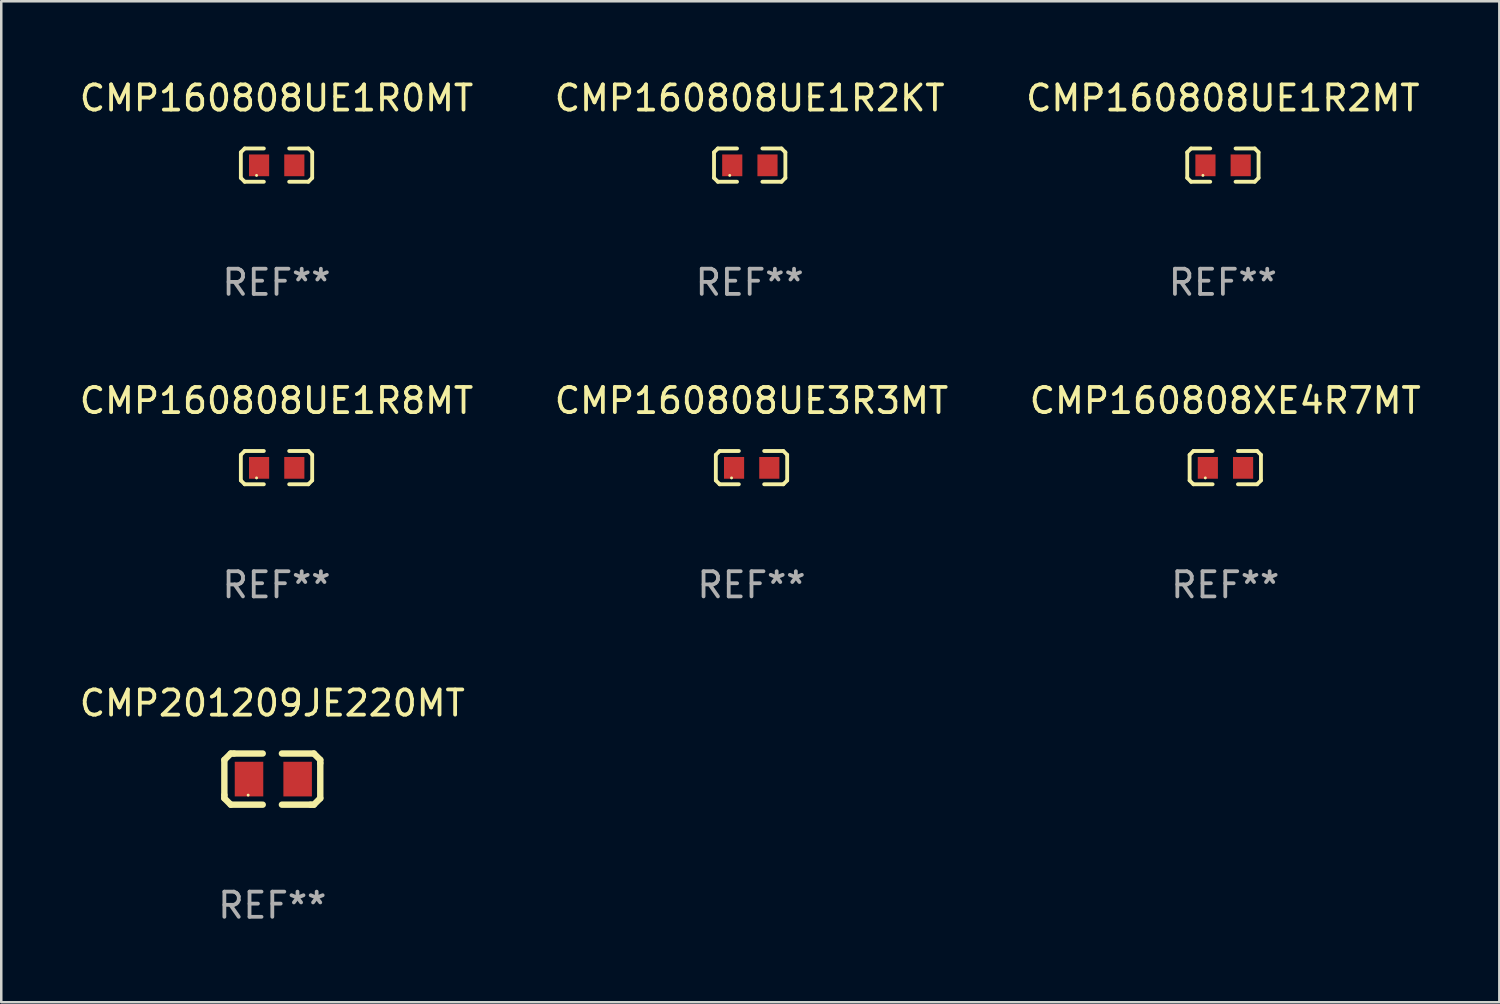
<source format=kicad_pcb>
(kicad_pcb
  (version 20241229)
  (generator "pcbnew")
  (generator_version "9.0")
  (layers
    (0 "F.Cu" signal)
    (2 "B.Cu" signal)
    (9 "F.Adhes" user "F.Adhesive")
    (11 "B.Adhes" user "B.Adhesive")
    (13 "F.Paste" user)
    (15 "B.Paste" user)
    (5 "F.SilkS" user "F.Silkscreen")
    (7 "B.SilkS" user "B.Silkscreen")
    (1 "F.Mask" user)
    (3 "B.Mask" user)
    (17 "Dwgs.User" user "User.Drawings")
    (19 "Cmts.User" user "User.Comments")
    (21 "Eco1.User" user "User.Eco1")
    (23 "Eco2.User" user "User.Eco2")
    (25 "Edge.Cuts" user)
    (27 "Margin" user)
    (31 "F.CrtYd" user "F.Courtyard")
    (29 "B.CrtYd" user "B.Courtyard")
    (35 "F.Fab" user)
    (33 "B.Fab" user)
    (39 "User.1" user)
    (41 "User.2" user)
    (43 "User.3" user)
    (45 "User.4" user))
  (footprint "CMP160808UE1R2KT"
    (layer "F.Cu")
    (at 26.732 3.509)
    (property "Reference" "CMP160808UE1R2KT" (at 0 -2.661 0) (layer "F.SilkS") (effects (font (size 1 1) (thickness 0.15))))
    (attr through_hole)
    (fp_line (start -1.417 -0.508) (end -1.265 -0.661) (stroke (width 0.152) (type solid)) (layer "F.SilkS"))
    (fp_line (start -1.417 0.508) (end -1.417 -0.508) (stroke (width 0.152) (type solid)) (layer "F.SilkS"))
    (fp_line (start -1.265 -0.661) (end -0.503 -0.661) (stroke (width 0.152) (type solid)) (layer "F.SilkS"))
    (fp_line (start -1.265 0.661) (end -1.417 0.508) (stroke (width 0.152) (type solid)) (layer "F.SilkS"))
    (fp_line (start -1.265 0.661) (end -0.503 0.661) (stroke (width 0.152) (type solid)) (layer "F.SilkS"))
    (fp_line (start 1.265 -0.661) (end 0.503 -0.661) (stroke (width 0.152) (type solid)) (layer "F.SilkS"))
    (fp_line (start 1.265 -0.661) (end 1.417 -0.508) (stroke (width 0.152) (type solid)) (layer "F.SilkS"))
    (fp_line (start 1.265 0.661) (end 0.503 0.661) (stroke (width 0.152) (type solid)) (layer "F.SilkS"))
    (fp_line (start 1.417 -0.508) (end 1.417 0.508) (stroke (width 0.152) (type solid)) (layer "F.SilkS"))
    (fp_line (start 1.417 0.508) (end 1.265 0.661) (stroke (width 0.152) (type solid)) (layer "F.SilkS"))
    (fp_circle (center -0.793 0.409) (end -0.763 0.409) (stroke (width 0.06) (type solid)) (fill no) (layer "F.SilkS"))
    (fp_text user "REF**" (at 0 4.661 0) (layer "F.Fab") (effects (font (size 1 1) (thickness 0.15))))
    (pad "1" smd rect (at -0.693 0.009 180) (size 0.8 0.864) (layers "F.Cu" "F.Mask" "F.Paste"))
    (pad "2" smd rect (at 0.707 0.009 180) (size 0.8 0.864) (layers "F.Cu" "F.Mask" "F.Paste")))
  (footprint "CMP201209JE220MT"
    (layer "F.Cu")
    (at 7.768 27.9)
    (property "Reference" "CMP201209JE220MT" (at 0 -3.016 0) (layer "F.SilkS") (effects (font (size 1 1) (thickness 0.15))))
    (attr through_hole)
    (fp_line (start -1.905 -0.762) (end -1.905 0.635) (stroke (width 0.254) (type solid)) (layer "F.SilkS"))
    (fp_line (start -1.905 0.635) (end -1.905 0.762) (stroke (width 0.254) (type solid)) (layer "F.SilkS"))
    (fp_line (start -1.905 0.762) (end -1.651 1.016) (stroke (width 0.254) (type solid)) (layer "F.SilkS"))
    (fp_line (start -1.651 -1.016) (end -1.905 -0.762) (stroke (width 0.254) (type solid)) (layer "F.SilkS"))
    (fp_line (start -1.651 1.016) (end -0.381 1.016) (stroke (width 0.254) (type solid)) (layer "F.SilkS"))
    (fp_line (start -1.524 -1.016) (end -1.651 -1.016) (stroke (width 0.254) (type solid)) (layer "F.SilkS"))
    (fp_line (start -0.381 -1.016) (end -1.524 -1.016) (stroke (width 0.254) (type solid)) (layer "F.SilkS"))
    (fp_line (start 0.381 1.016) (end 1.524 1.016) (stroke (width 0.254) (type solid)) (layer "F.SilkS"))
    (fp_line (start 1.524 1.016) (end 1.651 1.016) (stroke (width 0.254) (type solid)) (layer "F.SilkS"))
    (fp_line (start 1.651 -1.016) (end 0.381 -1.016) (stroke (width 0.254) (type solid)) (layer "F.SilkS"))
    (fp_line (start 1.651 1.016) (end 1.905 0.762) (stroke (width 0.254) (type solid)) (layer "F.SilkS"))
    (fp_line (start 1.905 -0.762) (end 1.651 -1.016) (stroke (width 0.254) (type solid)) (layer "F.SilkS"))
    (fp_line (start 1.905 -0.635) (end 1.905 -0.762) (stroke (width 0.254) (type solid)) (layer "F.SilkS"))
    (fp_line (start 1.905 0.762) (end 1.905 -0.635) (stroke (width 0.254) (type solid)) (layer "F.SilkS"))
    (fp_circle (center -0.96 0.637) (end -0.93 0.637) (stroke (width 0.06) (type solid)) (fill no) (layer "F.SilkS"))
    (fp_text user "REF**" (at 0 5.016 0) (layer "F.Fab") (effects (font (size 1 1) (thickness 0.15))))
    (pad "1" smd rect (at -0.926 -0.000051) (size 1.133 1.377) (layers "F.Cu" "F.Mask" "F.Paste"))
    (pad "2" smd rect (at 1.006 -0.000051) (size 1.133 1.377) (layers "F.Cu" "F.Mask" "F.Paste")))
  (footprint "CMP160808UE1R2MT"
    (layer "F.Cu")
    (at 45.53 3.509)
    (property "Reference" "CMP160808UE1R2MT" (at 0 -2.661 0) (layer "F.SilkS") (effects (font (size 1 1) (thickness 0.15))))
    (attr through_hole)
    (fp_line (start -1.417 -0.508) (end -1.265 -0.661) (stroke (width 0.152) (type solid)) (layer "F.SilkS"))
    (fp_line (start -1.417 0.508) (end -1.417 -0.508) (stroke (width 0.152) (type solid)) (layer "F.SilkS"))
    (fp_line (start -1.265 -0.661) (end -0.503 -0.661) (stroke (width 0.152) (type solid)) (layer "F.SilkS"))
    (fp_line (start -1.265 0.661) (end -1.417 0.508) (stroke (width 0.152) (type solid)) (layer "F.SilkS"))
    (fp_line (start -1.265 0.661) (end -0.503 0.661) (stroke (width 0.152) (type solid)) (layer "F.SilkS"))
    (fp_line (start 1.265 -0.661) (end 0.503 -0.661) (stroke (width 0.152) (type solid)) (layer "F.SilkS"))
    (fp_line (start 1.265 -0.661) (end 1.417 -0.508) (stroke (width 0.152) (type solid)) (layer "F.SilkS"))
    (fp_line (start 1.265 0.661) (end 0.503 0.661) (stroke (width 0.152) (type solid)) (layer "F.SilkS"))
    (fp_line (start 1.417 -0.508) (end 1.417 0.508) (stroke (width 0.152) (type solid)) (layer "F.SilkS"))
    (fp_line (start 1.417 0.508) (end 1.265 0.661) (stroke (width 0.152) (type solid)) (layer "F.SilkS"))
    (fp_circle (center -0.793 0.409) (end -0.763 0.409) (stroke (width 0.06) (type solid)) (fill no) (layer "F.SilkS"))
    (fp_text user "REF**" (at 0 4.661 0) (layer "F.Fab") (effects (font (size 1 1) (thickness 0.15))))
    (pad "1" smd rect (at -0.693 0.009 180) (size 0.8 0.864) (layers "F.Cu" "F.Mask" "F.Paste"))
    (pad "2" smd rect (at 0.707 0.009 180) (size 0.8 0.864) (layers "F.Cu" "F.Mask" "F.Paste")))
  (footprint "CMP160808UE3R3MT"
    (layer "F.Cu")
    (at 26.804 15.527)
    (property "Reference" "CMP160808UE3R3MT" (at 0 -2.661 0) (layer "F.SilkS") (effects (font (size 1 1) (thickness 0.15))))
    (attr through_hole)
    (fp_line (start -1.417 -0.508) (end -1.265 -0.661) (stroke (width 0.152) (type solid)) (layer "F.SilkS"))
    (fp_line (start -1.417 0.508) (end -1.417 -0.508) (stroke (width 0.152) (type solid)) (layer "F.SilkS"))
    (fp_line (start -1.265 -0.661) (end -0.503 -0.661) (stroke (width 0.152) (type solid)) (layer "F.SilkS"))
    (fp_line (start -1.265 0.661) (end -1.417 0.508) (stroke (width 0.152) (type solid)) (layer "F.SilkS"))
    (fp_line (start -1.265 0.661) (end -0.503 0.661) (stroke (width 0.152) (type solid)) (layer "F.SilkS"))
    (fp_line (start 1.265 -0.661) (end 0.503 -0.661) (stroke (width 0.152) (type solid)) (layer "F.SilkS"))
    (fp_line (start 1.265 -0.661) (end 1.417 -0.508) (stroke (width 0.152) (type solid)) (layer "F.SilkS"))
    (fp_line (start 1.265 0.661) (end 0.503 0.661) (stroke (width 0.152) (type solid)) (layer "F.SilkS"))
    (fp_line (start 1.417 -0.508) (end 1.417 0.508) (stroke (width 0.152) (type solid)) (layer "F.SilkS"))
    (fp_line (start 1.417 0.508) (end 1.265 0.661) (stroke (width 0.152) (type solid)) (layer "F.SilkS"))
    (fp_circle (center -0.793 0.409) (end -0.763 0.409) (stroke (width 0.06) (type solid)) (fill no) (layer "F.SilkS"))
    (fp_text user "REF**" (at 0 4.661 0) (layer "F.Fab") (effects (font (size 1 1) (thickness 0.15))))
    (pad "1" smd rect (at -0.693 0.009 180) (size 0.8 0.864) (layers "F.Cu" "F.Mask" "F.Paste"))
    (pad "2" smd rect (at 0.707 0.009 180) (size 0.8 0.864) (layers "F.Cu" "F.Mask" "F.Paste")))
  (footprint "CMP160808XE4R7MT"
    (layer "F.Cu")
    (at 45.625 15.527)
    (property "Reference" "CMP160808XE4R7MT" (at 0 -2.661 0) (layer "F.SilkS") (effects (font (size 1 1) (thickness 0.15))))
    (attr through_hole)
    (fp_line (start -1.417 -0.508) (end -1.265 -0.661) (stroke (width 0.152) (type solid)) (layer "F.SilkS"))
    (fp_line (start -1.417 0.508) (end -1.417 -0.508) (stroke (width 0.152) (type solid)) (layer "F.SilkS"))
    (fp_line (start -1.265 -0.661) (end -0.503 -0.661) (stroke (width 0.152) (type solid)) (layer "F.SilkS"))
    (fp_line (start -1.265 0.661) (end -1.417 0.508) (stroke (width 0.152) (type solid)) (layer "F.SilkS"))
    (fp_line (start -1.265 0.661) (end -0.503 0.661) (stroke (width 0.152) (type solid)) (layer "F.SilkS"))
    (fp_line (start 1.265 -0.661) (end 0.503 -0.661) (stroke (width 0.152) (type solid)) (layer "F.SilkS"))
    (fp_line (start 1.265 -0.661) (end 1.417 -0.508) (stroke (width 0.152) (type solid)) (layer "F.SilkS"))
    (fp_line (start 1.265 0.661) (end 0.503 0.661) (stroke (width 0.152) (type solid)) (layer "F.SilkS"))
    (fp_line (start 1.417 -0.508) (end 1.417 0.508) (stroke (width 0.152) (type solid)) (layer "F.SilkS"))
    (fp_line (start 1.417 0.508) (end 1.265 0.661) (stroke (width 0.152) (type solid)) (layer "F.SilkS"))
    (fp_circle (center -0.793 0.409) (end -0.763 0.409) (stroke (width 0.06) (type solid)) (fill no) (layer "F.SilkS"))
    (fp_text user "REF**" (at 0 4.661 0) (layer "F.Fab") (effects (font (size 1 1) (thickness 0.15))))
    (pad "1" smd rect (at -0.693 0.009 180) (size 0.8 0.864) (layers "F.Cu" "F.Mask" "F.Paste"))
    (pad "2" smd rect (at 0.707 0.009 180) (size 0.8 0.864) (layers "F.Cu" "F.Mask" "F.Paste")))
  (footprint "CMP160808UE1R0MT"
    (layer "F.Cu")
    (at 7.935 3.509)
    (property "Reference" "CMP160808UE1R0MT" (at 0 -2.661 0) (layer "F.SilkS") (effects (font (size 1 1) (thickness 0.15))))
    (attr through_hole)
    (fp_line (start -1.417 -0.508) (end -1.265 -0.661) (stroke (width 0.152) (type solid)) (layer "F.SilkS"))
    (fp_line (start -1.417 0.508) (end -1.417 -0.508) (stroke (width 0.152) (type solid)) (layer "F.SilkS"))
    (fp_line (start -1.265 -0.661) (end -0.503 -0.661) (stroke (width 0.152) (type solid)) (layer "F.SilkS"))
    (fp_line (start -1.265 0.661) (end -1.417 0.508) (stroke (width 0.152) (type solid)) (layer "F.SilkS"))
    (fp_line (start -1.265 0.661) (end -0.503 0.661) (stroke (width 0.152) (type solid)) (layer "F.SilkS"))
    (fp_line (start 1.265 -0.661) (end 0.503 -0.661) (stroke (width 0.152) (type solid)) (layer "F.SilkS"))
    (fp_line (start 1.265 -0.661) (end 1.417 -0.508) (stroke (width 0.152) (type solid)) (layer "F.SilkS"))
    (fp_line (start 1.265 0.661) (end 0.503 0.661) (stroke (width 0.152) (type solid)) (layer "F.SilkS"))
    (fp_line (start 1.417 -0.508) (end 1.417 0.508) (stroke (width 0.152) (type solid)) (layer "F.SilkS"))
    (fp_line (start 1.417 0.508) (end 1.265 0.661) (stroke (width 0.152) (type solid)) (layer "F.SilkS"))
    (fp_circle (center -0.793 0.409) (end -0.763 0.409) (stroke (width 0.06) (type solid)) (fill no) (layer "F.SilkS"))
    (fp_text user "REF**" (at 0 4.661 0) (layer "F.Fab") (effects (font (size 1 1) (thickness 0.15))))
    (pad "1" smd rect (at -0.693 0.009 180) (size 0.8 0.864) (layers "F.Cu" "F.Mask" "F.Paste"))
    (pad "2" smd rect (at 0.707 0.009 180) (size 0.8 0.864) (layers "F.Cu" "F.Mask" "F.Paste")))
  (footprint "CMP160808UE1R8MT"
    (layer "F.Cu")
    (at 7.935 15.527)
    (property "Reference" "CMP160808UE1R8MT" (at 0 -2.661 0) (layer "F.SilkS") (effects (font (size 1 1) (thickness 0.15))))
    (attr through_hole)
    (fp_line (start -1.417 -0.508) (end -1.265 -0.661) (stroke (width 0.152) (type solid)) (layer "F.SilkS"))
    (fp_line (start -1.417 0.508) (end -1.417 -0.508) (stroke (width 0.152) (type solid)) (layer "F.SilkS"))
    (fp_line (start -1.265 -0.661) (end -0.503 -0.661) (stroke (width 0.152) (type solid)) (layer "F.SilkS"))
    (fp_line (start -1.265 0.661) (end -1.417 0.508) (stroke (width 0.152) (type solid)) (layer "F.SilkS"))
    (fp_line (start -1.265 0.661) (end -0.503 0.661) (stroke (width 0.152) (type solid)) (layer "F.SilkS"))
    (fp_line (start 1.265 -0.661) (end 0.503 -0.661) (stroke (width 0.152) (type solid)) (layer "F.SilkS"))
    (fp_line (start 1.265 -0.661) (end 1.417 -0.508) (stroke (width 0.152) (type solid)) (layer "F.SilkS"))
    (fp_line (start 1.265 0.661) (end 0.503 0.661) (stroke (width 0.152) (type solid)) (layer "F.SilkS"))
    (fp_line (start 1.417 -0.508) (end 1.417 0.508) (stroke (width 0.152) (type solid)) (layer "F.SilkS"))
    (fp_line (start 1.417 0.508) (end 1.265 0.661) (stroke (width 0.152) (type solid)) (layer "F.SilkS"))
    (fp_circle (center -0.793 0.409) (end -0.763 0.409) (stroke (width 0.06) (type solid)) (fill no) (layer "F.SilkS"))
    (fp_text user "REF**" (at 0 4.661 0) (layer "F.Fab") (effects (font (size 1 1) (thickness 0.15))))
    (pad "1" smd rect (at -0.693 0.009 180) (size 0.8 0.864) (layers "F.Cu" "F.Mask" "F.Paste"))
    (pad "2" smd rect (at 0.707 0.009 180) (size 0.8 0.864) (layers "F.Cu" "F.Mask" "F.Paste")))
  (gr_rect
    (start -3 -3)
    (end 56.512 36.764)
    (stroke (width 0.1) (type default))
    (fill no)
    (layer "Edge.Cuts")))
</source>
